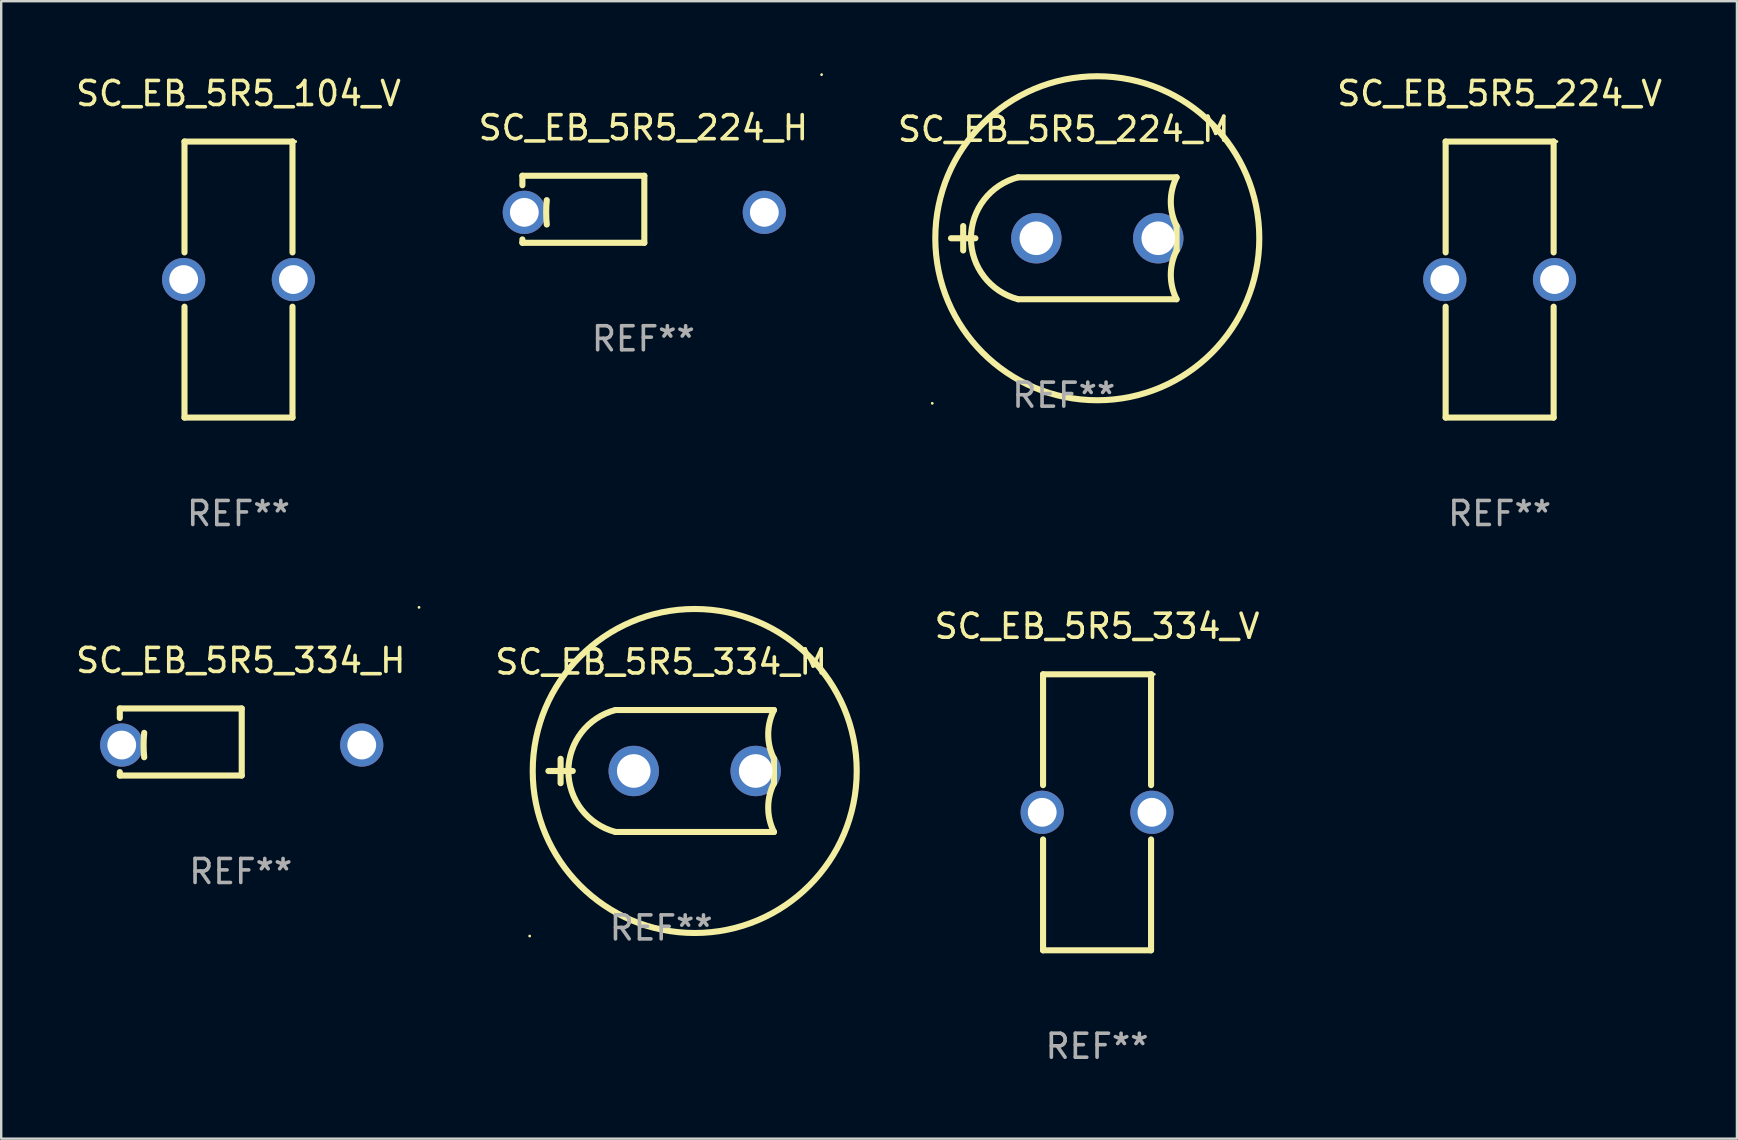
<source format=kicad_pcb>
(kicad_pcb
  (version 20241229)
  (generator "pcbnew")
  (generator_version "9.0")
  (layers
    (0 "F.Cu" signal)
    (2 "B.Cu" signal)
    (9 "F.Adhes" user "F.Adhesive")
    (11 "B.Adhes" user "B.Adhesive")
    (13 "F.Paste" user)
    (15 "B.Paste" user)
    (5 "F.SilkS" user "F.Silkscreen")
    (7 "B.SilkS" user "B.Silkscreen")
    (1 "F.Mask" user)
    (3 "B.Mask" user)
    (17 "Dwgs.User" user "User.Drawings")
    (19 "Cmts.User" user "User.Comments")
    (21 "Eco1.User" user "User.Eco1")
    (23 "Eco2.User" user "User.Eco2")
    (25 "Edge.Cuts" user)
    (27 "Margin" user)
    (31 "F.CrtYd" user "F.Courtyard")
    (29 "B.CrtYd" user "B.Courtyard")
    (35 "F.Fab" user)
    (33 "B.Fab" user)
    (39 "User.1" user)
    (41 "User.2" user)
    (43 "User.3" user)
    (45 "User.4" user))
  (footprint "SC_EB_5R5_224_H"
    (layer "F.Cu")
    (at 23.756 5.67)
    (property "Reference" "SC_EB_5R5_224_H" (at 0 -3.397 0) (layer "F.SilkS") (effects (font (size 1 1) (thickness 0.15))))
    (attr through_hole)
    (fp_line (start -5.04 -1.397) (end -5.04 -1.001) (stroke (width 0.254) (type solid)) (layer "F.SilkS"))
    (fp_line (start -5.04 -1.397) (end 0.04 -1.397) (stroke (width 0.254) (type solid)) (layer "F.SilkS"))
    (fp_line (start -5.04 1.255) (end -5.04 1.397) (stroke (width 0.254) (type solid)) (layer "F.SilkS"))
    (fp_line (start 0.04 -1.397) (end 0.04 1.397) (stroke (width 0.254) (type solid)) (layer "F.SilkS"))
    (fp_line (start 0.04 1.397) (end -5.04 1.397) (stroke (width 0.254) (type solid)) (layer "F.SilkS"))
    (fp_arc (start -4.024003 0.635001) (mid -4.048622 0.127) (end -4.024003 -0.381001) (stroke (width 0.254001) (type solid)) (layer "F.SilkS"))
    (fp_circle (center 7.427 -5.61) (end 7.457 -5.61) (stroke (width 0.06) (type solid)) (fill no) (layer "F.SilkS"))
    (fp_text user "+" (at 5.894 -2.09 0) (layer "B.Mask") (effects (font (size 1 1) (thickness 0.15))))
    (fp_text user "REF**" (at 0 5.397 0) (layer "F.Fab") (effects (font (size 1 1) (thickness 0.15))))
    (pad "1" thru_hole circle (at 5.04 0.127) (size 1.8 1.8) (drill 1.2) (layers "*.Cu" "*.Mask"))
    (pad "2" thru_hole circle (at -4.96 0.127) (size 1.8 1.8) (drill 1.2) (layers "*.Cu" "*.Mask")))
  (footprint "SC_EB_5R5_334_M"
    (layer "F.Cu")
    (at 24.499 29.074)
    (property "Reference" "SC_EB_5R5_334_M" (at 0 -4.54 0) (layer "F.SilkS") (effects (font (size 1 1) (thickness 0.15))))
    (attr through_hole)
    (fp_line (start -4.699 0) (end -3.683 0) (stroke (width 0.254) (type solid)) (layer "F.SilkS"))
    (fp_line (start -4.191 0.508) (end -4.191 -0.508) (stroke (width 0.254) (type solid)) (layer "F.SilkS"))
    (fp_line (start -1.905 -2.54) (end 4.699 -2.54) (stroke (width 0.254) (type solid)) (layer "F.SilkS"))
    (fp_line (start -1.905 2.54) (end 4.699 2.54) (stroke (width 0.254) (type solid)) (layer "F.SilkS"))
    (fp_line (start 4.699 -0.508) (end 4.699 0.508) (stroke (width 0.254) (type solid)) (layer "F.SilkS"))
    (fp_arc (start -1.905004 2.540005) (mid -3.867156 0) (end -1.905003 -2.540005) (stroke (width 0.254001) (type solid)) (layer "F.SilkS"))
    (fp_arc (start 4.699009 -0.508001) (mid 4.459163 -1.524003) (end 4.699009 -2.540005) (stroke (width 0.254001) (type solid)) (layer "F.SilkS"))
    (fp_arc (start 4.699009 2.540005) (mid 4.459163 1.524003) (end 4.699009 0.508001) (stroke (width 0.254001) (type solid)) (layer "F.SilkS"))
    (fp_circle (center -5.48 6.877) (end -5.45 6.877) (stroke (width 0.06) (type solid)) (fill no) (layer "F.SilkS"))
    (fp_circle (center 1.397 0) (end 8.147 0) (stroke (width 0.254) (type solid)) (fill no) (layer "F.SilkS"))
    (fp_text user "REF**" (at 0 6.54 0) (layer "F.Fab") (effects (font (size 1 1) (thickness 0.15))))
    (pad "1" thru_hole circle (at -1.143 0) (size 2.1 2.1) (drill 1.4) (layers "*.Cu" "*.Mask"))
    (pad "2" thru_hole circle (at 3.937 0) (size 2.1 2.1) (drill 1.4) (layers "*.Cu" "*.Mask")))
  (footprint "SC_EB_5R5_334_H"
    (layer "F.Cu")
    (at 6.982 27.866)
    (property "Reference" "SC_EB_5R5_334_H" (at 0 -3.397 0) (layer "F.SilkS") (effects (font (size 1 1) (thickness 0.15))))
    (attr through_hole)
    (fp_line (start -5.04 -1.397) (end -5.04 -1.001) (stroke (width 0.254) (type solid)) (layer "F.SilkS"))
    (fp_line (start -5.04 -1.397) (end 0.04 -1.397) (stroke (width 0.254) (type solid)) (layer "F.SilkS"))
    (fp_line (start -5.04 1.255) (end -5.04 1.397) (stroke (width 0.254) (type solid)) (layer "F.SilkS"))
    (fp_line (start 0.04 -1.397) (end 0.04 1.397) (stroke (width 0.254) (type solid)) (layer "F.SilkS"))
    (fp_line (start 0.04 1.397) (end -5.04 1.397) (stroke (width 0.254) (type solid)) (layer "F.SilkS"))
    (fp_arc (start -4.024003 0.635001) (mid -4.048622 0.127) (end -4.024003 -0.381001) (stroke (width 0.254001) (type solid)) (layer "F.SilkS"))
    (fp_circle (center 7.427 -5.61) (end 7.457 -5.61) (stroke (width 0.06) (type solid)) (fill no) (layer "F.SilkS"))
    (fp_text user "+" (at 5.894 -2.09 0) (layer "B.Mask") (effects (font (size 1 1) (thickness 0.15))))
    (fp_text user "REF**" (at 0 5.397 0) (layer "F.Fab") (effects (font (size 1 1) (thickness 0.15))))
    (pad "1" thru_hole circle (at 5.04 0.127) (size 1.8 1.8) (drill 1.2) (layers "*.Cu" "*.Mask"))
    (pad "2" thru_hole circle (at -4.96 0.127) (size 1.8 1.8) (drill 1.2) (layers "*.Cu" "*.Mask")))
  (footprint "SC_EB_5R5_224_V"
    (layer "F.Cu")
    (at 59.434 8.598)
    (property "Reference" "SC_EB_5R5_224_V" (at 0 -7.75 0) (layer "F.SilkS") (effects (font (size 1 1) (thickness 0.15))))
    (attr through_hole)
    (fp_line (start -2.25 -1.131) (end -2.25 -5.75) (stroke (width 0.254) (type solid)) (layer "F.SilkS"))
    (fp_line (start -2.25 5.75) (end 2.25 5.75) (stroke (width 0.254) (type solid)) (layer "F.SilkS"))
    (fp_line (start -2.25 5.75) (end -2.25 1.131) (stroke (width 0.254) (type solid)) (layer "F.SilkS"))
    (fp_line (start 2.25 -5.75) (end 2.25 -1.131) (stroke (width 0.254) (type solid)) (layer "F.SilkS"))
    (fp_line (start 2.25 -5.75) (end -2.25 -5.75) (stroke (width 0.254) (type solid)) (layer "F.SilkS"))
    (fp_line (start 2.25 1.131) (end 2.25 5.75) (stroke (width 0.254) (type solid)) (layer "F.SilkS"))
    (fp_circle (center 2.386 -5.75) (end 2.416 -5.75) (stroke (width 0.06) (type solid)) (fill no) (layer "F.SilkS"))
    (fp_text user "+" (at 0.254 -1.455 0) (layer "B.Mask") (effects (font (size 1 1) (thickness 0.15))))
    (fp_text user "REF**" (at 0 9.75 0) (layer "F.Fab") (effects (font (size 1 1) (thickness 0.15))))
    (pad "1" thru_hole circle (at 2.286 0) (size 1.8 1.8) (drill 1.2) (layers "*.Cu" "*.Mask"))
    (pad "2" thru_hole circle (at -2.286 0) (size 1.8 1.8) (drill 1.2) (layers "*.Cu" "*.Mask")))
  (footprint "SC_EB_5R5_334_V"
    (layer "F.Cu")
    (at 42.66 30.795)
    (property "Reference" "SC_EB_5R5_334_V" (at 0 -7.75 0) (layer "F.SilkS") (effects (font (size 1 1) (thickness 0.15))))
    (attr through_hole)
    (fp_line (start -2.25 -1.131) (end -2.25 -5.75) (stroke (width 0.254) (type solid)) (layer "F.SilkS"))
    (fp_line (start -2.25 5.75) (end 2.25 5.75) (stroke (width 0.254) (type solid)) (layer "F.SilkS"))
    (fp_line (start -2.25 5.75) (end -2.25 1.131) (stroke (width 0.254) (type solid)) (layer "F.SilkS"))
    (fp_line (start 2.25 -5.75) (end 2.25 -1.131) (stroke (width 0.254) (type solid)) (layer "F.SilkS"))
    (fp_line (start 2.25 -5.75) (end -2.25 -5.75) (stroke (width 0.254) (type solid)) (layer "F.SilkS"))
    (fp_line (start 2.25 1.131) (end 2.25 5.75) (stroke (width 0.254) (type solid)) (layer "F.SilkS"))
    (fp_circle (center 2.386 -5.75) (end 2.416 -5.75) (stroke (width 0.06) (type solid)) (fill no) (layer "F.SilkS"))
    (fp_text user "+" (at 0.254 -1.455 0) (layer "B.Mask") (effects (font (size 1 1) (thickness 0.15))))
    (fp_text user "REF**" (at 0 9.75 0) (layer "F.Fab") (effects (font (size 1 1) (thickness 0.15))))
    (pad "1" thru_hole circle (at 2.286 0) (size 1.8 1.8) (drill 1.2) (layers "*.Cu" "*.Mask"))
    (pad "2" thru_hole circle (at -2.286 0) (size 1.8 1.8) (drill 1.2) (layers "*.Cu" "*.Mask")))
  (footprint "SC_EB_5R5_104_V"
    (layer "F.Cu")
    (at 6.887 8.598)
    (property "Reference" "SC_EB_5R5_104_V" (at 0 -7.75 0) (layer "F.SilkS") (effects (font (size 1 1) (thickness 0.15))))
    (attr through_hole)
    (fp_line (start -2.25 -1.131) (end -2.25 -5.75) (stroke (width 0.254) (type solid)) (layer "F.SilkS"))
    (fp_line (start -2.25 5.75) (end 2.25 5.75) (stroke (width 0.254) (type solid)) (layer "F.SilkS"))
    (fp_line (start -2.25 5.75) (end -2.25 1.131) (stroke (width 0.254) (type solid)) (layer "F.SilkS"))
    (fp_line (start 2.25 -5.75) (end 2.25 -1.131) (stroke (width 0.254) (type solid)) (layer "F.SilkS"))
    (fp_line (start 2.25 -5.75) (end -2.25 -5.75) (stroke (width 0.254) (type solid)) (layer "F.SilkS"))
    (fp_line (start 2.25 1.131) (end 2.25 5.75) (stroke (width 0.254) (type solid)) (layer "F.SilkS"))
    (fp_circle (center 2.386 -5.75) (end 2.416 -5.75) (stroke (width 0.06) (type solid)) (fill no) (layer "F.SilkS"))
    (fp_text user "+" (at 0.254 -1.455 0) (layer "B.Mask") (effects (font (size 1 1) (thickness 0.15))))
    (fp_text user "REF**" (at 0 9.75 0) (layer "F.Fab") (effects (font (size 1 1) (thickness 0.15))))
    (pad "1" thru_hole circle (at 2.286 0) (size 1.8 1.8) (drill 1.2) (layers "*.Cu" "*.Mask"))
    (pad "2" thru_hole circle (at -2.286 0) (size 1.8 1.8) (drill 1.2) (layers "*.Cu" "*.Mask")))
  (footprint "SC_EB_5R5_224_M"
    (layer "F.Cu")
    (at 41.273 6.877)
    (property "Reference" "SC_EB_5R5_224_M" (at 0 -4.54 0) (layer "F.SilkS") (effects (font (size 1 1) (thickness 0.15))))
    (attr through_hole)
    (fp_line (start -4.699 0) (end -3.683 0) (stroke (width 0.254) (type solid)) (layer "F.SilkS"))
    (fp_line (start -4.191 0.508) (end -4.191 -0.508) (stroke (width 0.254) (type solid)) (layer "F.SilkS"))
    (fp_line (start -1.905 -2.54) (end 4.699 -2.54) (stroke (width 0.254) (type solid)) (layer "F.SilkS"))
    (fp_line (start -1.905 2.54) (end 4.699 2.54) (stroke (width 0.254) (type solid)) (layer "F.SilkS"))
    (fp_line (start 4.699 -0.508) (end 4.699 0.508) (stroke (width 0.254) (type solid)) (layer "F.SilkS"))
    (fp_arc (start -1.905004 2.540005) (mid -3.867156 0) (end -1.905003 -2.540005) (stroke (width 0.254001) (type solid)) (layer "F.SilkS"))
    (fp_arc (start 4.699009 -0.508001) (mid 4.459163 -1.524003) (end 4.699009 -2.540005) (stroke (width 0.254001) (type solid)) (layer "F.SilkS"))
    (fp_arc (start 4.699009 2.540005) (mid 4.459163 1.524003) (end 4.699009 0.508001) (stroke (width 0.254001) (type solid)) (layer "F.SilkS"))
    (fp_circle (center -5.48 6.877) (end -5.45 6.877) (stroke (width 0.06) (type solid)) (fill no) (layer "F.SilkS"))
    (fp_circle (center 1.397 0) (end 8.147 0) (stroke (width 0.254) (type solid)) (fill no) (layer "F.SilkS"))
    (fp_text user "REF**" (at 0 6.54 0) (layer "F.Fab") (effects (font (size 1 1) (thickness 0.15))))
    (pad "1" thru_hole circle (at -1.143 0) (size 2.1 2.1) (drill 1.4) (layers "*.Cu" "*.Mask"))
    (pad "2" thru_hole circle (at 3.937 0) (size 2.1 2.1) (drill 1.4) (layers "*.Cu" "*.Mask")))
  (gr_rect
    (start -3 -3)
    (end 69.321 44.393)
    (stroke (width 0.1) (type default))
    (fill no)
    (layer "Edge.Cuts")))
</source>
